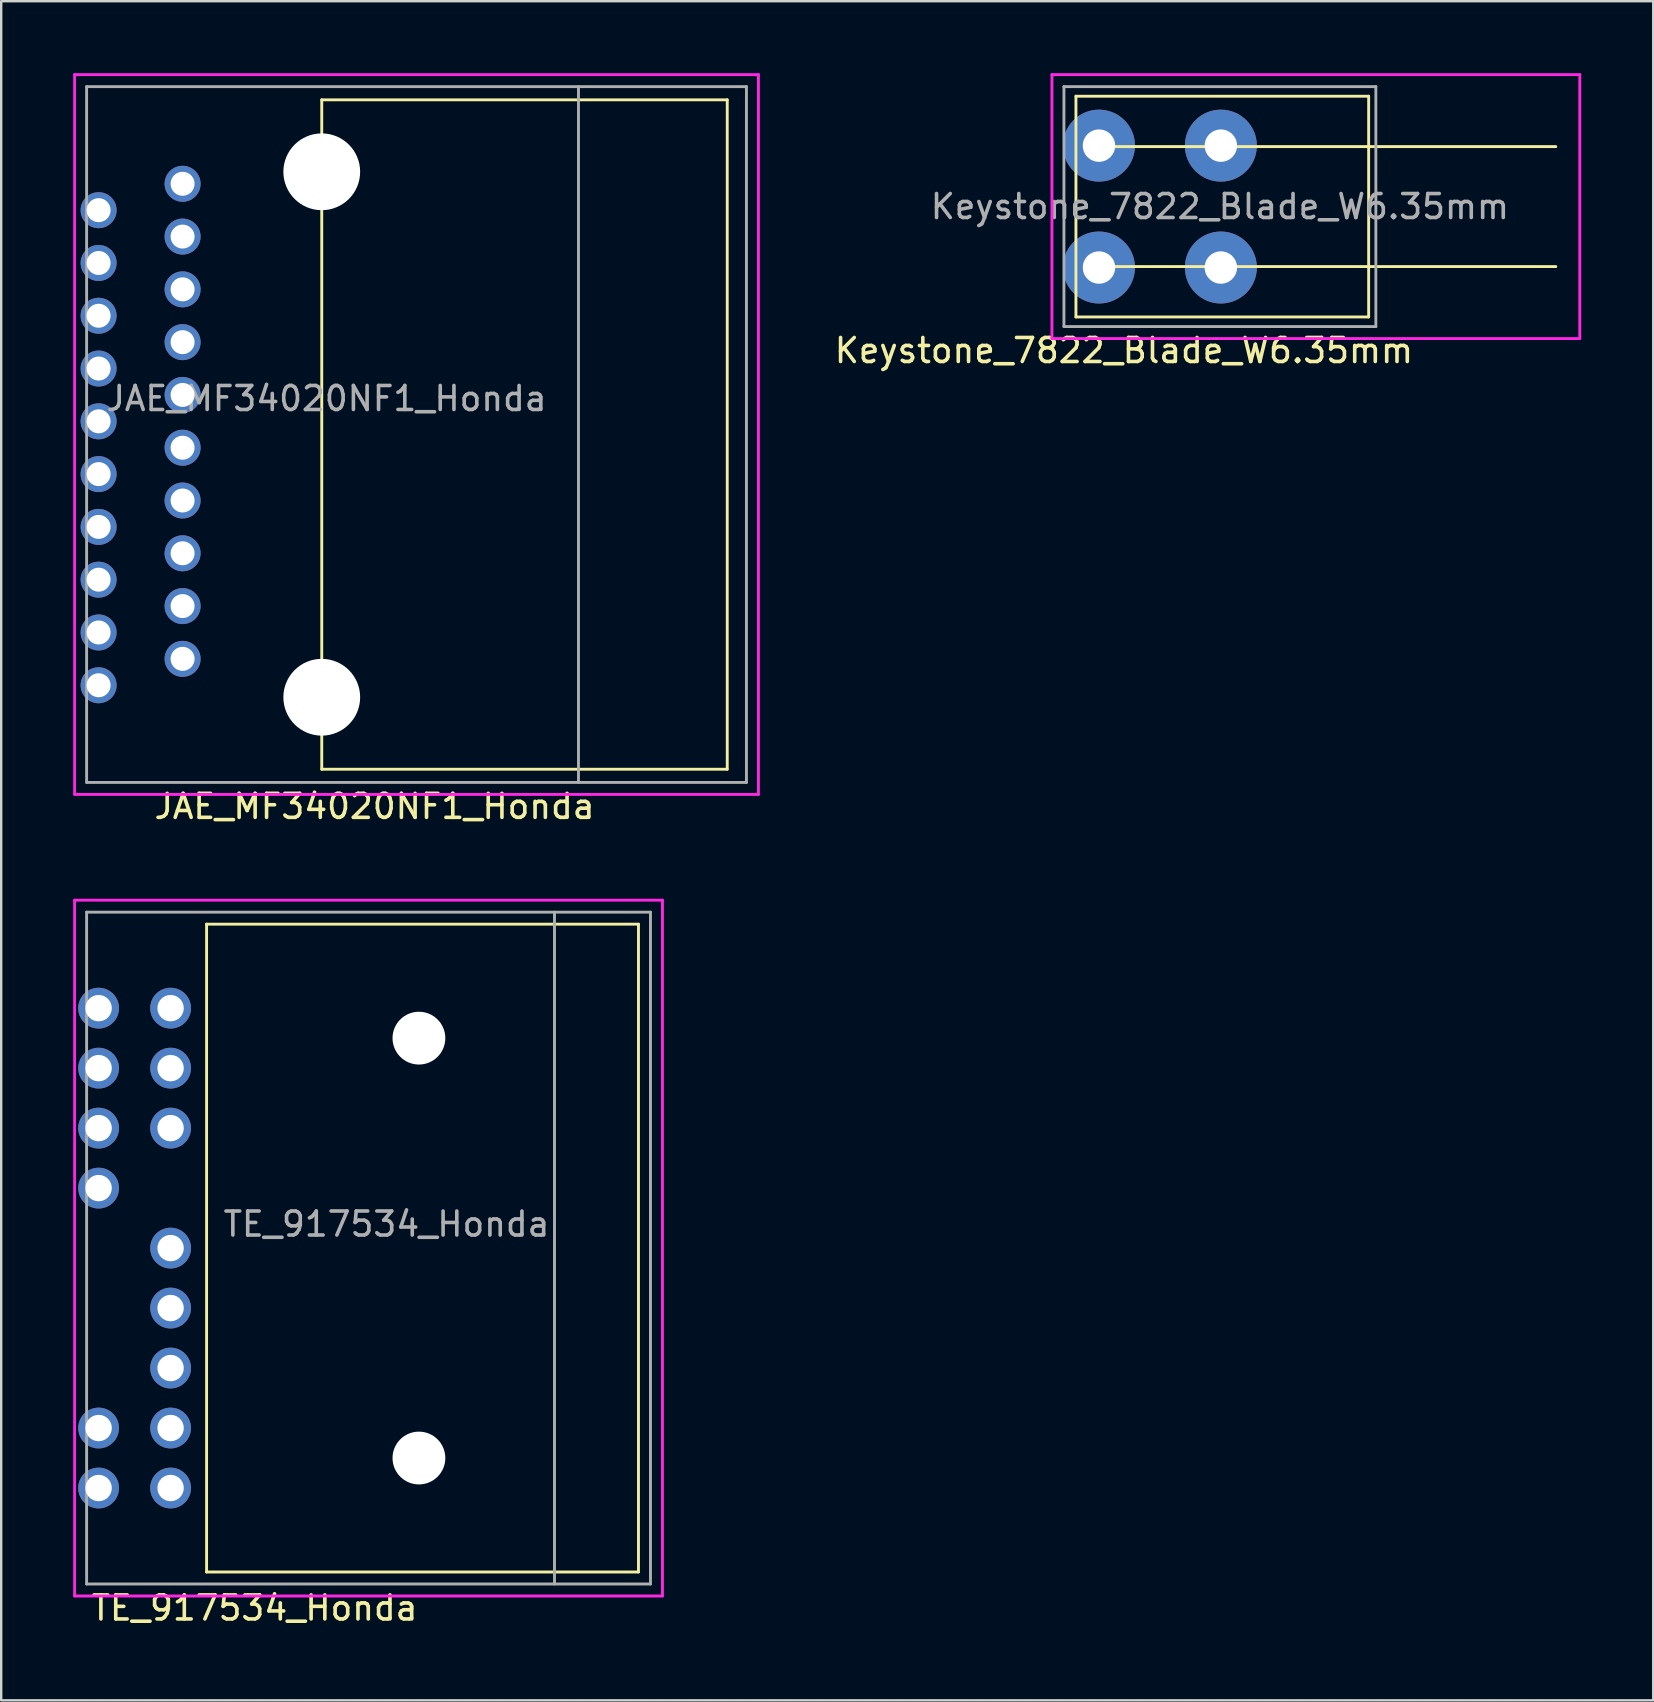
<source format=kicad_pcb>
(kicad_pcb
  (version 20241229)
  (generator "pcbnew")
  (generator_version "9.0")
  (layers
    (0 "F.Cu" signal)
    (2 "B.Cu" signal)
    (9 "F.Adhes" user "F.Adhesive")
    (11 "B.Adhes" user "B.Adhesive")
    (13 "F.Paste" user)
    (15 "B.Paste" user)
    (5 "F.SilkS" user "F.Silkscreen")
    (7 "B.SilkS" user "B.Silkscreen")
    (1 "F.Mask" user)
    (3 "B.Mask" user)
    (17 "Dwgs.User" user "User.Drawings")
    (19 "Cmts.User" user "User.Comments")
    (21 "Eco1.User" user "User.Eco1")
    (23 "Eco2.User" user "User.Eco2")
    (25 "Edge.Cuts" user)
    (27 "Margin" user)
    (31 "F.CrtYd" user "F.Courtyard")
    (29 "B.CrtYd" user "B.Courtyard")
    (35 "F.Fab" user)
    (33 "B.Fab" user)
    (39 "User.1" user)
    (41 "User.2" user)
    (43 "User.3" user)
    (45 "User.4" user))
  (footprint "JAE_MF34020NF1_Honda"
    (layer "F.Cu")
    (at 4.56 15.06)
    (property "Reference" "JAE_MF34020NF1_Honda" (at 8 15.5 0) (layer "F.SilkS") (effects (font (size 1 1) (thickness 0.15))))
    (attr through_hole)
    (fp_line (start 5.8 -13.95) (end 5.8 13.95) (stroke (width 0.12) (type solid)) (layer "F.SilkS"))
    (fp_line (start 5.8 -13.95) (end 22.7 -13.95) (stroke (width 0.12) (type solid)) (layer "F.SilkS"))
    (fp_line (start 5.8 13.95) (end 22.7 13.95) (stroke (width 0.12) (type solid)) (layer "F.SilkS"))
    (fp_line (start 22.7 13.95) (end 22.7 -13.95) (stroke (width 0.12) (type solid)) (layer "F.SilkS"))
    (fp_line (start -4.5 -15) (end 24 -15) (stroke (width 0.12) (type solid)) (layer "F.CrtYd"))
    (fp_line (start -4.5 15) (end -4.5 -15) (stroke (width 0.12) (type solid)) (layer "F.CrtYd"))
    (fp_line (start -4.5 15) (end 24 15) (stroke (width 0.12) (type solid)) (layer "F.CrtYd"))
    (fp_line (start 24 -15) (end 24 15) (stroke (width 0.12) (type solid)) (layer "F.CrtYd"))
    (fp_line (start -4 -14.5) (end 23.5 -14.5) (stroke (width 0.12) (type solid)) (layer "F.Fab"))
    (fp_line (start -4 14.5) (end -4 -14.5) (stroke (width 0.12) (type solid)) (layer "F.Fab"))
    (fp_line (start 16.5 -14.5) (end 16.5 14.5) (stroke (width 0.12) (type solid)) (layer "F.Fab"))
    (fp_line (start 23.5 -14.5) (end 23.5 14.5) (stroke (width 0.12) (type solid)) (layer "F.Fab"))
    (fp_line (start 23.5 14.5) (end -4 14.5) (stroke (width 0.12) (type solid)) (layer "F.Fab"))
    (fp_text user "${REFERENCE}" (at 6 -1.5 0) (layer "F.Fab") (effects (font (size 1 1) (thickness 0.15))))
    (pad "" np_thru_hole circle (at 5.8 -10.95) (size 3.2 3.2) (drill 3.2) (layers "*.Cu" "*.Mask"))
    (pad "" np_thru_hole circle (at 5.8 10.95) (size 3.2 3.2) (drill 3.2) (layers "*.Cu" "*.Mask"))
    (pad "1" thru_hole circle (at -3.5 -9.35) (size 1.5 1.5) (drill 1) (layers "*.Cu" "*.Mask"))
    (pad "2" thru_hole circle (at -3.5 -7.15) (size 1.5 1.5) (drill 1) (layers "*.Cu" "*.Mask"))
    (pad "3" thru_hole circle (at -3.5 -4.95) (size 1.5 1.5) (drill 1) (layers "*.Cu" "*.Mask"))
    (pad "4" thru_hole circle (at -3.5 -2.75) (size 1.5 1.5) (drill 1) (layers "*.Cu" "*.Mask"))
    (pad "5" thru_hole circle (at -3.5 -0.55) (size 1.5 1.5) (drill 1) (layers "*.Cu" "*.Mask"))
    (pad "6" thru_hole circle (at -3.5 1.65) (size 1.5 1.5) (drill 1) (layers "*.Cu" "*.Mask"))
    (pad "7" thru_hole circle (at -3.5 3.85) (size 1.5 1.5) (drill 1) (layers "*.Cu" "*.Mask"))
    (pad "8" thru_hole circle (at -3.5 6.05) (size 1.5 1.5) (drill 1) (layers "*.Cu" "*.Mask"))
    (pad "9" thru_hole circle (at -3.5 8.25) (size 1.5 1.5) (drill 1) (layers "*.Cu" "*.Mask"))
    (pad "10" thru_hole circle (at -3.5 10.45) (size 1.5 1.5) (drill 1) (layers "*.Cu" "*.Mask"))
    (pad "11" thru_hole circle (at 0 -10.45) (size 1.5 1.5) (drill 1) (layers "*.Cu" "*.Mask"))
    (pad "12" thru_hole circle (at 0 -8.25) (size 1.5 1.5) (drill 1) (layers "*.Cu" "*.Mask"))
    (pad "13" thru_hole circle (at 0 -6.05) (size 1.5 1.5) (drill 1) (layers "*.Cu" "*.Mask"))
    (pad "14" thru_hole circle (at 0 -3.85) (size 1.5 1.5) (drill 1) (layers "*.Cu" "*.Mask"))
    (pad "15" thru_hole circle (at 0 -1.65) (size 1.5 1.5) (drill 1) (layers "*.Cu" "*.Mask"))
    (pad "16" thru_hole circle (at 0 0.55) (size 1.5 1.5) (drill 1) (layers "*.Cu" "*.Mask"))
    (pad "17" thru_hole circle (at 0 2.75) (size 1.5 1.5) (drill 1) (layers "*.Cu" "*.Mask"))
    (pad "18" thru_hole circle (at 0 4.95) (size 1.5 1.5) (drill 1) (layers "*.Cu" "*.Mask"))
    (pad "19" thru_hole circle (at 0 7.15) (size 1.5 1.5) (drill 1) (layers "*.Cu" "*.Mask"))
    (pad "20" thru_hole circle (at 0 9.35) (size 1.5 1.5) (drill 1) (layers "*.Cu" "*.Mask")))
  (footprint "Keystone_7822_Blade_W6.35mm"
    (layer "F.Cu")
    (at 45.293 5.56)
    (property "Reference" "Keystone_7822_Blade_W6.35mm" (at -1.5 6 0) (layer "F.SilkS") (effects (font (size 1 1) (thickness 0.15))))
    (attr through_hole)
    (fp_line (start -3.5 -4.6) (end -3.5 4.6) (stroke (width 0.12) (type solid)) (layer "F.SilkS"))
    (fp_line (start -3.5 -4.6) (end 8.7 -4.6) (stroke (width 0.12) (type solid)) (layer "F.SilkS"))
    (fp_line (start -3.5 4.6) (end 8.7 4.6) (stroke (width 0.12) (type solid)) (layer "F.SilkS"))
    (fp_line (start -2.5 -2.5) (end 16.5 -2.5) (stroke (width 0.12) (type solid)) (layer "F.SilkS"))
    (fp_line (start -2.5 2.5) (end 16.5 2.5) (stroke (width 0.12) (type solid)) (layer "F.SilkS"))
    (fp_line (start 8.7 -4.6) (end 8.7 4.6) (stroke (width 0.12) (type solid)) (layer "F.SilkS"))
    (fp_line (start -4.5 -5.5) (end 17.5 -5.5) (stroke (width 0.12) (type solid)) (layer "F.CrtYd"))
    (fp_line (start -4.5 5.5) (end -4.5 -5.5) (stroke (width 0.12) (type solid)) (layer "F.CrtYd"))
    (fp_line (start 17.5 -5.5) (end 17.5 5.5) (stroke (width 0.12) (type solid)) (layer "F.CrtYd"))
    (fp_line (start 17.5 5.5) (end -4.5 5.5) (stroke (width 0.12) (type solid)) (layer "F.CrtYd"))
    (fp_line (start -4 -5) (end -4 5) (stroke (width 0.12) (type solid)) (layer "F.Fab"))
    (fp_line (start -4 5) (end 9 5) (stroke (width 0.12) (type solid)) (layer "F.Fab"))
    (fp_line (start 9 -5) (end -4 -5) (stroke (width 0.12) (type solid)) (layer "F.Fab"))
    (fp_line (start 9 5) (end 9 -5) (stroke (width 0.12) (type solid)) (layer "F.Fab"))
    (fp_text user "${REFERENCE}" (at 2.5 0 0) (layer "F.Fab") (effects (font (size 1 1) (thickness 0.15))))
    (pad "1" thru_hole circle (at -2.54 -2.54) (size 3 3) (drill 1.35) (layers "*.Cu" "*.Mask"))
    (pad "1" thru_hole circle (at 2.54 -2.54) (size 3 3) (drill 1.35) (layers "*.Cu" "*.Mask"))
    (pad "2" thru_hole circle (at -2.54 2.54) (size 3 3) (drill 1.35) (layers "*.Cu" "*.Mask"))
    (pad "2" thru_hole circle (at 2.54 2.54) (size 3 3) (drill 1.35) (layers "*.Cu" "*.Mask")))
  (footprint "TE_917534_Honda"
    (layer "F.Cu")
    (at 4.06 48.968)
    (property "Reference" "TE_917534_Honda" (at 3.5 15 0) (layer "F.SilkS") (effects (font (size 1 1) (thickness 0.15))))
    (attr through_hole)
    (fp_line (start 1.5 -13.5) (end 1.5 13.5) (stroke (width 0.12) (type solid)) (layer "F.SilkS"))
    (fp_line (start 1.5 -13.5) (end 19.5 -13.5) (stroke (width 0.12) (type solid)) (layer "F.SilkS"))
    (fp_line (start 1.5 13.5) (end 19.5 13.5) (stroke (width 0.12) (type solid)) (layer "F.SilkS"))
    (fp_line (start 19.5 13.5) (end 19.5 -13.5) (stroke (width 0.12) (type solid)) (layer "F.SilkS"))
    (fp_line (start -4 -14.5) (end -4 14.5) (stroke (width 0.12) (type solid)) (layer "F.CrtYd"))
    (fp_line (start -4 -14.5) (end 20.5 -14.5) (stroke (width 0.12) (type solid)) (layer "F.CrtYd"))
    (fp_line (start -4 14.5) (end 20.5 14.5) (stroke (width 0.12) (type solid)) (layer "F.CrtYd"))
    (fp_line (start 20.5 14.5) (end 20.5 -14.5) (stroke (width 0.12) (type solid)) (layer "F.CrtYd"))
    (fp_line (start -3.5 -14) (end -3.5 14) (stroke (width 0.12) (type solid)) (layer "F.Fab"))
    (fp_line (start -3.5 14) (end 20 14) (stroke (width 0.12) (type solid)) (layer "F.Fab"))
    (fp_line (start 16 -14) (end 16 14) (stroke (width 0.12) (type solid)) (layer "F.Fab"))
    (fp_line (start 20 -14) (end -3.5 -14) (stroke (width 0.12) (type solid)) (layer "F.Fab"))
    (fp_line (start 20 14) (end 20 -14) (stroke (width 0.12) (type solid)) (layer "F.Fab"))
    (fp_text user "${REFERENCE}" (at 9 -1 0) (layer "F.Fab") (effects (font (size 1 1) (thickness 0.15))))
    (pad "" np_thru_hole circle (at 10.35 -8.75) (size 2.2 2.2) (drill 2.2) (layers "*.Cu" "*.Mask"))
    (pad "" np_thru_hole circle (at 10.35 8.75) (size 2.2 2.2) (drill 2.2) (layers "*.Cu" "*.Mask"))
    (pad "1" thru_hole circle (at -3 -10) (size 1.7 1.7) (drill 1.1) (layers "*.Cu" "*.Mask"))
    (pad "2" thru_hole circle (at -3 -7.5) (size 1.7 1.7) (drill 1.1) (layers "*.Cu" "*.Mask"))
    (pad "3" thru_hole circle (at -3 -5) (size 1.7 1.7) (drill 1.1) (layers "*.Cu" "*.Mask"))
    (pad "4" thru_hole circle (at -3 -2.5) (size 1.7 1.7) (drill 1.1) (layers "*.Cu" "*.Mask"))
    (pad "5" thru_hole circle (at -3 7.5) (size 1.7 1.7) (drill 1.1) (layers "*.Cu" "*.Mask"))
    (pad "6" thru_hole circle (at -3 10) (size 1.7 1.7) (drill 1.1) (layers "*.Cu" "*.Mask"))
    (pad "7" thru_hole circle (at 0 -10) (size 1.7 1.7) (drill 1.1) (layers "*.Cu" "*.Mask"))
    (pad "8" thru_hole circle (at 0 -7.5) (size 1.7 1.7) (drill 1.1) (layers "*.Cu" "*.Mask"))
    (pad "9" thru_hole circle (at 0 -5) (size 1.7 1.7) (drill 1.1) (layers "*.Cu" "*.Mask"))
    (pad "10" thru_hole circle (at 0 0) (size 1.7 1.7) (drill 1.1) (layers "*.Cu" "*.Mask"))
    (pad "11" thru_hole circle (at 0 2.5) (size 1.7 1.7) (drill 1.1) (layers "*.Cu" "*.Mask"))
    (pad "12" thru_hole circle (at 0 5) (size 1.7 1.7) (drill 1.1) (layers "*.Cu" "*.Mask"))
    (pad "13" thru_hole circle (at 0 7.5) (size 1.7 1.7) (drill 1.1) (layers "*.Cu" "*.Mask"))
    (pad "14" thru_hole circle (at 0 10) (size 1.7 1.7) (drill 1.1) (layers "*.Cu" "*.Mask")))
  (gr_rect
    (start -3 -3)
    (end 65.853 67.817)
    (stroke (width 0.1) (type default))
    (fill no)
    (layer "Edge.Cuts")))
</source>
